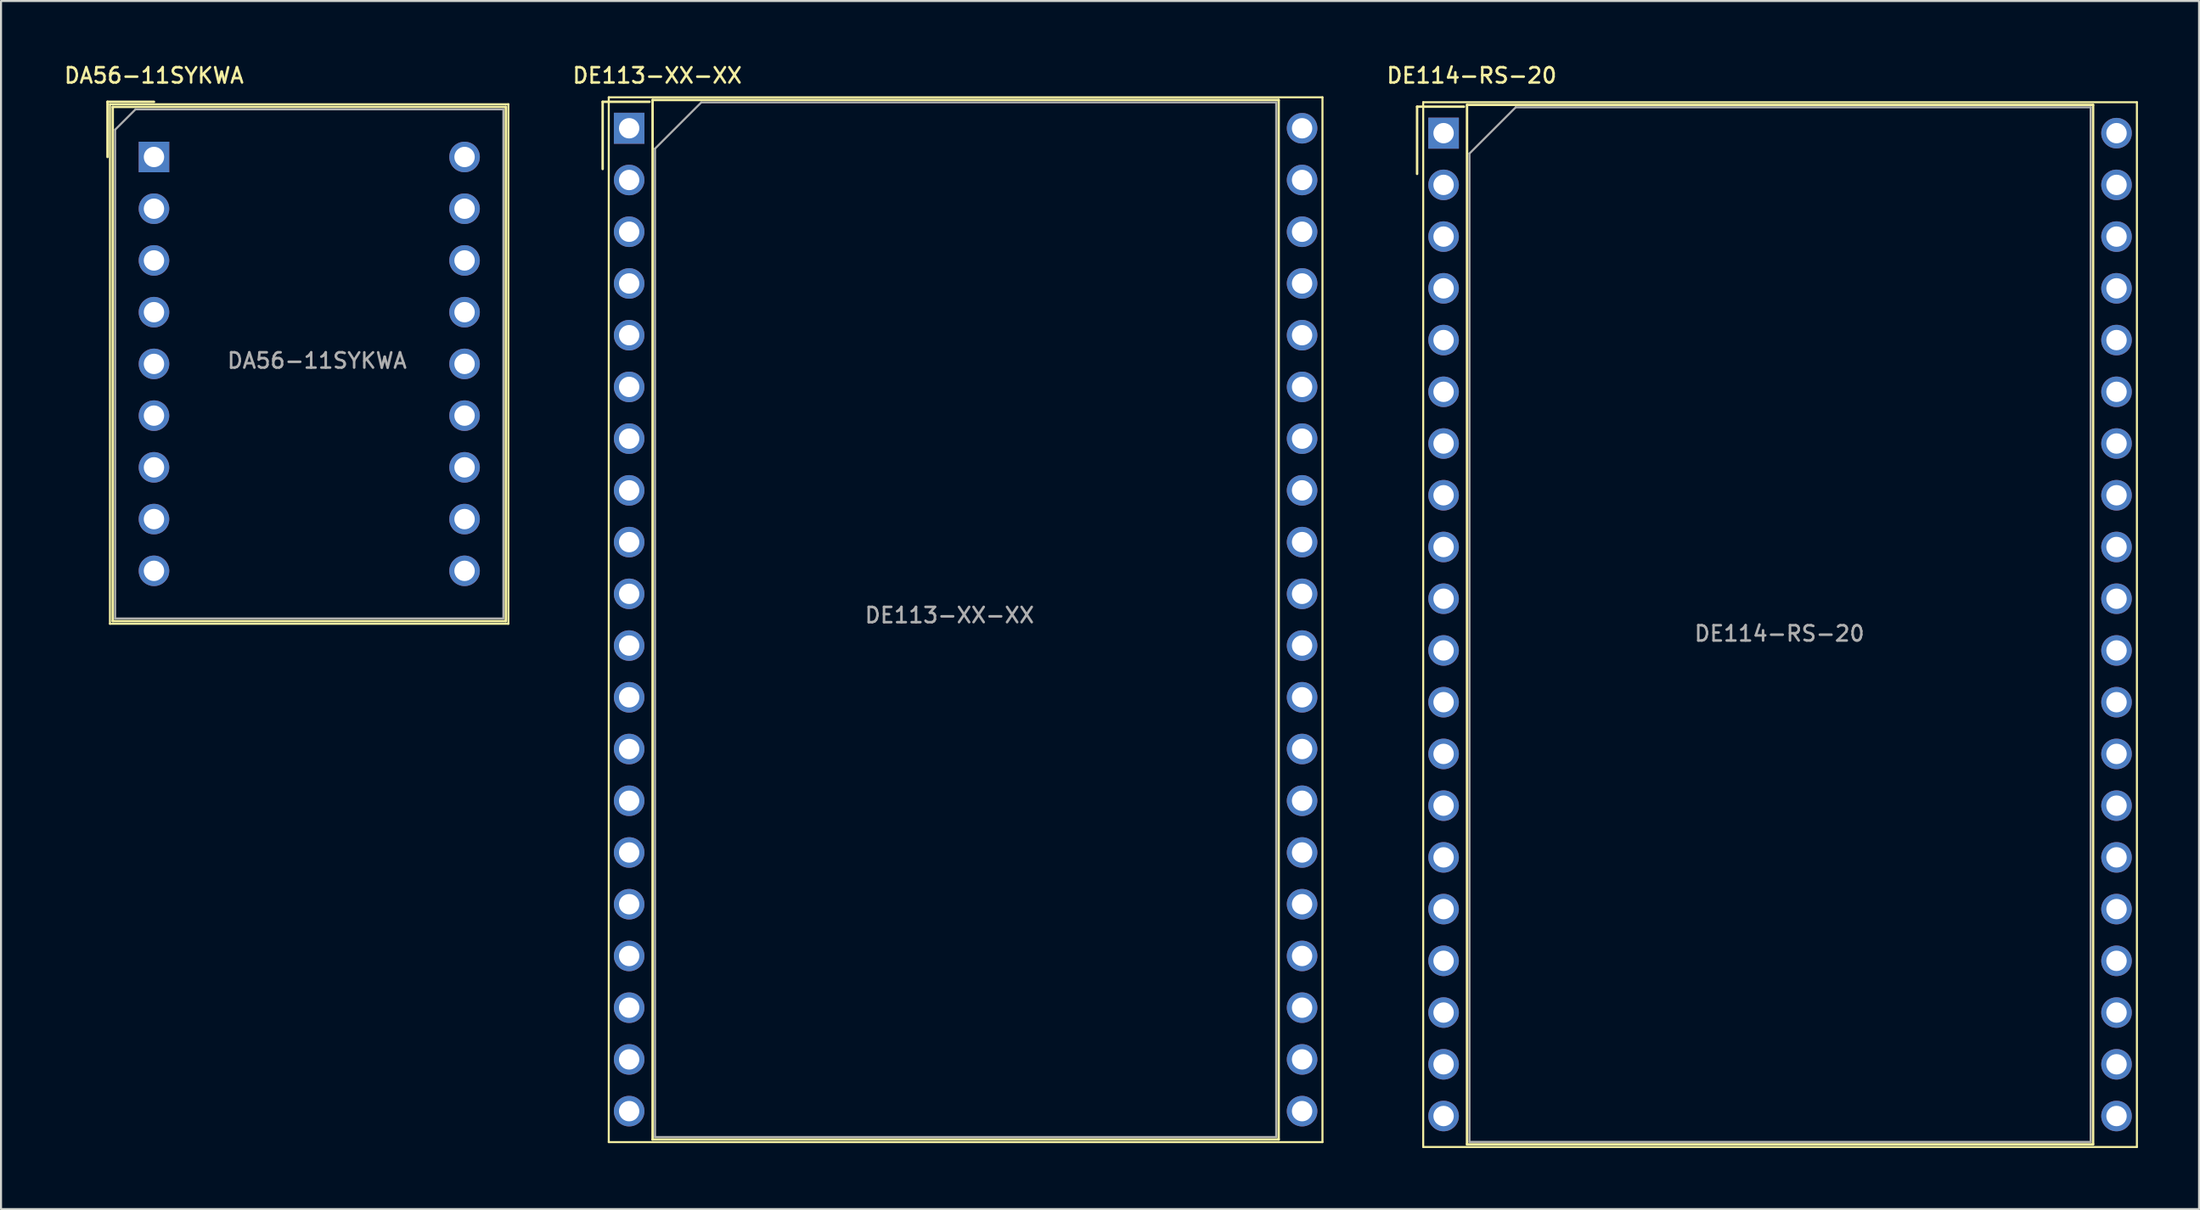
<source format=kicad_pcb>
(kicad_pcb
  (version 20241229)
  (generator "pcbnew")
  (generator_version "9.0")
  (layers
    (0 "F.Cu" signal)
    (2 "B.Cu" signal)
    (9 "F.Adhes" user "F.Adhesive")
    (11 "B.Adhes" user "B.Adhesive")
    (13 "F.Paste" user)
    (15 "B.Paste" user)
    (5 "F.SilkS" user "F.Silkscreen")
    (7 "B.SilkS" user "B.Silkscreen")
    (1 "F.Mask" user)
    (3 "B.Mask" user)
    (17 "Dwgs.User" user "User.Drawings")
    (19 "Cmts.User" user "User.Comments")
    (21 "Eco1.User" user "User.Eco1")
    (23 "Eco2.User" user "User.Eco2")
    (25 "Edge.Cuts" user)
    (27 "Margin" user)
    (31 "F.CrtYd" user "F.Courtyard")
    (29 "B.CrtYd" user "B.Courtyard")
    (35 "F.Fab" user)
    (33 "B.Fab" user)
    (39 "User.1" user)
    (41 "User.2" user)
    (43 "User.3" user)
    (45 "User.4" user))
  (footprint "DA56-11SYKWA"
    (layer "F.Cu")
    (at 4.505 4.658)
    (property "Reference" "DA56-11SYKWA" (at 0 -4 0) (layer "F.SilkS") (effects (font (size 0.75 0.75) (thickness 0.125))))
    (attr through_hole)
    (fp_line (start -2.28 -2.71) (end -2.28 0) (stroke (width 0.12) (type solid)) (layer "F.SilkS"))
    (fp_line (start -2.28 -2.71) (end 0 -2.71) (stroke (width 0.12) (type solid)) (layer "F.SilkS"))
    (fp_line (start -2.16 -2.59) (end 17.39 -2.59) (stroke (width 0.1) (type solid)) (layer "F.SilkS"))
    (fp_line (start -2.16 22.92) (end -2.16 -2.59) (stroke (width 0.1) (type solid)) (layer "F.SilkS"))
    (fp_line (start -2.025 -2.46) (end 17.265 -2.46) (stroke (width 0.12) (type solid)) (layer "F.SilkS"))
    (fp_line (start -2.025 22.79) (end -2.025 -2.46) (stroke (width 0.12) (type solid)) (layer "F.SilkS"))
    (fp_line (start 17.265 -2.46) (end 17.265 22.79) (stroke (width 0.12) (type solid)) (layer "F.SilkS"))
    (fp_line (start 17.265 22.79) (end -2.025 22.79) (stroke (width 0.12) (type solid)) (layer "F.SilkS"))
    (fp_line (start 17.39 -2.59) (end 17.39 22.92) (stroke (width 0.1) (type solid)) (layer "F.SilkS"))
    (fp_line (start 17.39 22.92) (end -2.16 22.92) (stroke (width 0.1) (type solid)) (layer "F.SilkS"))
    (fp_line (start -1.905 -1.34) (end -0.905 -2.34) (stroke (width 0.1) (type solid)) (layer "F.Fab"))
    (fp_line (start -1.905 22.66) (end -1.905 -1.34) (stroke (width 0.1) (type solid)) (layer "F.Fab"))
    (fp_line (start -0.905 -2.34) (end 17.145 -2.34) (stroke (width 0.1) (type solid)) (layer "F.Fab"))
    (fp_line (start 17.145 -2.34) (end 17.145 22.66) (stroke (width 0.1) (type solid)) (layer "F.Fab"))
    (fp_line (start 17.145 22.66) (end -1.905 22.66) (stroke (width 0.1) (type solid)) (layer "F.Fab"))
    (fp_text user "${REFERENCE}" (at 8 10 0) (layer "F.Fab") (effects (font (size 0.75 0.75) (thickness 0.125))))
    (pad "1" thru_hole rect (at 0 0) (size 1.5 1.5) (drill 1) (layers "*.Cu" "*.Mask"))
    (pad "2" thru_hole circle (at 0 2.54) (size 1.5 1.5) (drill 1) (layers "*.Cu" "*.Mask"))
    (pad "3" thru_hole circle (at 0 5.08) (size 1.5 1.5) (drill 1) (layers "*.Cu" "*.Mask"))
    (pad "4" thru_hole circle (at 0 7.62) (size 1.5 1.5) (drill 1) (layers "*.Cu" "*.Mask"))
    (pad "5" thru_hole circle (at 0 10.16) (size 1.5 1.5) (drill 1) (layers "*.Cu" "*.Mask"))
    (pad "6" thru_hole circle (at 0 12.7) (size 1.5 1.5) (drill 1) (layers "*.Cu" "*.Mask"))
    (pad "7" thru_hole circle (at 0 15.24) (size 1.5 1.5) (drill 1) (layers "*.Cu" "*.Mask"))
    (pad "8" thru_hole circle (at 0 17.78) (size 1.5 1.5) (drill 1) (layers "*.Cu" "*.Mask"))
    (pad "9" thru_hole circle (at 0 20.32) (size 1.5 1.5) (drill 1) (layers "*.Cu" "*.Mask"))
    (pad "10" thru_hole circle (at 15.24 20.32) (size 1.5 1.5) (drill 1) (layers "*.Cu" "*.Mask"))
    (pad "11" thru_hole circle (at 15.24 17.78) (size 1.5 1.5) (drill 1) (layers "*.Cu" "*.Mask"))
    (pad "12" thru_hole circle (at 15.24 15.24) (size 1.5 1.5) (drill 1) (layers "*.Cu" "*.Mask"))
    (pad "13" thru_hole circle (at 15.24 12.7) (size 1.5 1.5) (drill 1) (layers "*.Cu" "*.Mask"))
    (pad "14" thru_hole circle (at 15.24 10.16) (size 1.5 1.5) (drill 1) (layers "*.Cu" "*.Mask"))
    (pad "15" thru_hole circle (at 15.24 7.62) (size 1.5 1.5) (drill 1) (layers "*.Cu" "*.Mask"))
    (pad "16" thru_hole circle (at 15.24 5.08) (size 1.5 1.5) (drill 1) (layers "*.Cu" "*.Mask"))
    (pad "17" thru_hole circle (at 15.24 2.54) (size 1.5 1.5) (drill 1) (layers "*.Cu" "*.Mask"))
    (pad "18" thru_hole circle (at 15.24 0) (size 1.5 1.5) (drill 1) (layers "*.Cu" "*.Mask")))
  (footprint "DE114-RS-20"
    (layer "F.Cu")
    (at 67.784 3.488)
    (property "Reference" "DE114-RS-20" (at 1.38 -2.83 0) (layer "F.SilkS") (effects (font (size 0.75 0.75) (thickness 0.125))))
    (attr through_hole)
    (fp_line (start -1.3 -1.3) (end -1.3 2) (stroke (width 0.12) (type solid)) (layer "F.SilkS"))
    (fp_line (start -1.3 -1.3) (end 1 -1.3) (stroke (width 0.12) (type solid)) (layer "F.SilkS"))
    (fp_line (start -1 -1.52) (end 34.02 -1.52) (stroke (width 0.1) (type solid)) (layer "F.SilkS"))
    (fp_line (start -1 49.78) (end -1 -1.52) (stroke (width 0.1) (type solid)) (layer "F.SilkS"))
    (fp_line (start 1.15 -1.39) (end 31.87 -1.39) (stroke (width 0.12) (type solid)) (layer "F.SilkS"))
    (fp_line (start 1.15 49.65) (end 1.15 -1.39) (stroke (width 0.12) (type solid)) (layer "F.SilkS"))
    (fp_line (start 31.87 -1.39) (end 31.87 49.65) (stroke (width 0.12) (type solid)) (layer "F.SilkS"))
    (fp_line (start 31.87 49.65) (end 1.15 49.65) (stroke (width 0.12) (type solid)) (layer "F.SilkS"))
    (fp_line (start 34.02 -1.52) (end 34.02 49.78) (stroke (width 0.1) (type solid)) (layer "F.SilkS"))
    (fp_line (start 34.02 49.78) (end -1 49.78) (stroke (width 0.1) (type solid)) (layer "F.SilkS"))
    (fp_line (start 1.27 1) (end 3.54 -1.27) (stroke (width 0.1) (type solid)) (layer "F.Fab"))
    (fp_line (start 1.27 49.53) (end 1.27 1) (stroke (width 0.1) (type solid)) (layer "F.Fab"))
    (fp_line (start 3.54 -1.27) (end 31.75 -1.27) (stroke (width 0.1) (type solid)) (layer "F.Fab"))
    (fp_line (start 31.75 -1.27) (end 31.75 49.53) (stroke (width 0.1) (type solid)) (layer "F.Fab"))
    (fp_line (start 31.75 49.53) (end 1.27 49.53) (stroke (width 0.1) (type solid)) (layer "F.Fab"))
    (fp_text user "${REFERENCE}" (at 16.48 24.57 0) (layer "F.Fab") (effects (font (size 0.75 0.75) (thickness 0.125))))
    (pad "1" thru_hole rect (at 0 0) (size 1.5 1.524) (drill 1) (layers "*.Cu" "*.Mask"))
    (pad "2" thru_hole circle (at 0 2.54) (size 1.5 1.5) (drill 1) (layers "*.Cu" "*.Mask"))
    (pad "3" thru_hole circle (at 0 5.08) (size 1.5 1.5) (drill 1) (layers "*.Cu" "*.Mask"))
    (pad "4" thru_hole circle (at 0 7.62) (size 1.5 1.5) (drill 1) (layers "*.Cu" "*.Mask"))
    (pad "5" thru_hole circle (at 0 10.16) (size 1.5 1.5) (drill 1) (layers "*.Cu" "*.Mask"))
    (pad "6" thru_hole circle (at 0 12.7) (size 1.5 1.5) (drill 1) (layers "*.Cu" "*.Mask"))
    (pad "7" thru_hole circle (at 0 15.24) (size 1.5 1.5) (drill 1) (layers "*.Cu" "*.Mask"))
    (pad "8" thru_hole circle (at 0 17.78) (size 1.5 1.5) (drill 1) (layers "*.Cu" "*.Mask"))
    (pad "9" thru_hole circle (at 0 20.32) (size 1.5 1.5) (drill 1) (layers "*.Cu" "*.Mask"))
    (pad "10" thru_hole circle (at 0 22.86) (size 1.5 1.5) (drill 1) (layers "*.Cu" "*.Mask"))
    (pad "11" thru_hole circle (at 0 25.4) (size 1.5 1.5) (drill 1) (layers "*.Cu" "*.Mask"))
    (pad "12" thru_hole circle (at 0 27.94) (size 1.5 1.5) (drill 1) (layers "*.Cu" "*.Mask"))
    (pad "13" thru_hole circle (at 0 30.48) (size 1.5 1.5) (drill 1) (layers "*.Cu" "*.Mask"))
    (pad "14" thru_hole circle (at 0 33.02) (size 1.5 1.5) (drill 1) (layers "*.Cu" "*.Mask"))
    (pad "15" thru_hole circle (at 0 35.56) (size 1.5 1.5) (drill 1) (layers "*.Cu" "*.Mask"))
    (pad "16" thru_hole circle (at 0 38.1) (size 1.5 1.5) (drill 1) (layers "*.Cu" "*.Mask"))
    (pad "17" thru_hole circle (at 0 40.64) (size 1.5 1.5) (drill 1) (layers "*.Cu" "*.Mask"))
    (pad "18" thru_hole circle (at 0 43.18) (size 1.5 1.5) (drill 1) (layers "*.Cu" "*.Mask"))
    (pad "19" thru_hole circle (at 0 45.72) (size 1.5 1.5) (drill 1) (layers "*.Cu" "*.Mask"))
    (pad "20" thru_hole circle (at 0 48.26) (size 1.5 1.5) (drill 1) (layers "*.Cu" "*.Mask"))
    (pad "21" thru_hole circle (at 33.02 48.26) (size 1.5 1.5) (drill 1) (layers "*.Cu" "*.Mask"))
    (pad "22" thru_hole circle (at 33.02 45.72) (size 1.5 1.5) (drill 1) (layers "*.Cu" "*.Mask"))
    (pad "23" thru_hole circle (at 33.02 43.18) (size 1.5 1.5) (drill 1) (layers "*.Cu" "*.Mask"))
    (pad "24" thru_hole circle (at 33.02 40.64) (size 1.5 1.5) (drill 1) (layers "*.Cu" "*.Mask"))
    (pad "25" thru_hole circle (at 33.02 38.1) (size 1.5 1.5) (drill 1) (layers "*.Cu" "*.Mask"))
    (pad "26" thru_hole circle (at 33.02 35.56) (size 1.5 1.5) (drill 1) (layers "*.Cu" "*.Mask"))
    (pad "27" thru_hole circle (at 33.02 33.02) (size 1.5 1.5) (drill 1) (layers "*.Cu" "*.Mask"))
    (pad "28" thru_hole circle (at 33.02 30.48) (size 1.5 1.5) (drill 1) (layers "*.Cu" "*.Mask"))
    (pad "29" thru_hole circle (at 33.02 27.94) (size 1.5 1.5) (drill 1) (layers "*.Cu" "*.Mask"))
    (pad "30" thru_hole circle (at 33.02 25.4) (size 1.5 1.5) (drill 1) (layers "*.Cu" "*.Mask"))
    (pad "31" thru_hole circle (at 33.02 22.86) (size 1.5 1.5) (drill 1) (layers "*.Cu" "*.Mask"))
    (pad "32" thru_hole circle (at 33.02 20.32) (size 1.5 1.5) (drill 1) (layers "*.Cu" "*.Mask"))
    (pad "33" thru_hole circle (at 33.02 17.78) (size 1.5 1.5) (drill 1) (layers "*.Cu" "*.Mask"))
    (pad "34" thru_hole circle (at 33.02 15.24) (size 1.5 1.5) (drill 1) (layers "*.Cu" "*.Mask"))
    (pad "35" thru_hole circle (at 33.02 12.7) (size 1.5 1.5) (drill 1) (layers "*.Cu" "*.Mask"))
    (pad "36" thru_hole circle (at 33.02 10.16) (size 1.5 1.5) (drill 1) (layers "*.Cu" "*.Mask"))
    (pad "37" thru_hole circle (at 33.02 7.62) (size 1.5 1.5) (drill 1) (layers "*.Cu" "*.Mask"))
    (pad "38" thru_hole circle (at 33.02 5.08) (size 1.5 1.5) (drill 1) (layers "*.Cu" "*.Mask"))
    (pad "39" thru_hole circle (at 33.02 2.54) (size 1.5 1.5) (drill 1) (layers "*.Cu" "*.Mask"))
    (pad "40" thru_hole circle (at 33.02 0) (size 1.5 1.5) (drill 1) (layers "*.Cu" "*.Mask")))
  (footprint "DE113-XX-XX"
    (layer "F.Cu")
    (at 27.821 3.248)
    (property "Reference" "DE113-XX-XX" (at 1.38 -2.59 0) (layer "F.SilkS") (effects (font (size 0.75 0.75) (thickness 0.125))))
    (attr through_hole)
    (fp_line (start -1.3 -1.3) (end -1.3 2) (stroke (width 0.12) (type solid)) (layer "F.SilkS"))
    (fp_line (start -1.3 -1.3) (end 1 -1.3) (stroke (width 0.12) (type solid)) (layer "F.SilkS"))
    (fp_line (start -1 -1.52) (end 34.02 -1.52) (stroke (width 0.1) (type solid)) (layer "F.SilkS"))
    (fp_line (start -1 49.78) (end -1 -1.52) (stroke (width 0.1) (type solid)) (layer "F.SilkS"))
    (fp_line (start 1.15 -1.39) (end 31.87 -1.39) (stroke (width 0.12) (type solid)) (layer "F.SilkS"))
    (fp_line (start 1.15 49.65) (end 1.15 -1.39) (stroke (width 0.12) (type solid)) (layer "F.SilkS"))
    (fp_line (start 31.87 -1.39) (end 31.87 49.65) (stroke (width 0.12) (type solid)) (layer "F.SilkS"))
    (fp_line (start 31.87 49.65) (end 1.15 49.65) (stroke (width 0.12) (type solid)) (layer "F.SilkS"))
    (fp_line (start 34.02 -1.52) (end 34.02 49.78) (stroke (width 0.1) (type solid)) (layer "F.SilkS"))
    (fp_line (start 34.02 49.78) (end -1 49.78) (stroke (width 0.1) (type solid)) (layer "F.SilkS"))
    (fp_line (start 1.27 1) (end 3.54 -1.27) (stroke (width 0.1) (type solid)) (layer "F.Fab"))
    (fp_line (start 1.27 49.53) (end 1.27 1) (stroke (width 0.1) (type solid)) (layer "F.Fab"))
    (fp_line (start 3.54 -1.27) (end 31.75 -1.27) (stroke (width 0.1) (type solid)) (layer "F.Fab"))
    (fp_line (start 31.75 -1.27) (end 31.75 49.53) (stroke (width 0.1) (type solid)) (layer "F.Fab"))
    (fp_line (start 31.75 49.53) (end 1.27 49.53) (stroke (width 0.1) (type solid)) (layer "F.Fab"))
    (fp_text user "${REFERENCE}" (at 15.72 23.91 0) (layer "F.Fab") (effects (font (size 0.75 0.75) (thickness 0.125))))
    (pad "1" thru_hole rect (at 0 0) (size 1.5 1.524) (drill 1) (layers "*.Cu" "*.Mask"))
    (pad "2" thru_hole circle (at 0 2.54) (size 1.5 1.5) (drill 1) (layers "*.Cu" "*.Mask"))
    (pad "3" thru_hole circle (at 0 5.08) (size 1.5 1.5) (drill 1) (layers "*.Cu" "*.Mask"))
    (pad "4" thru_hole circle (at 0 7.62) (size 1.5 1.5) (drill 1) (layers "*.Cu" "*.Mask"))
    (pad "5" thru_hole circle (at 0 10.16) (size 1.5 1.5) (drill 1) (layers "*.Cu" "*.Mask"))
    (pad "6" thru_hole circle (at 0 12.7) (size 1.5 1.5) (drill 1) (layers "*.Cu" "*.Mask"))
    (pad "7" thru_hole circle (at 0 15.24) (size 1.5 1.5) (drill 1) (layers "*.Cu" "*.Mask"))
    (pad "8" thru_hole circle (at 0 17.78) (size 1.5 1.5) (drill 1) (layers "*.Cu" "*.Mask"))
    (pad "9" thru_hole circle (at 0 20.32) (size 1.5 1.5) (drill 1) (layers "*.Cu" "*.Mask"))
    (pad "10" thru_hole circle (at 0 22.86) (size 1.5 1.5) (drill 1) (layers "*.Cu" "*.Mask"))
    (pad "11" thru_hole circle (at 0 25.4) (size 1.5 1.5) (drill 1) (layers "*.Cu" "*.Mask"))
    (pad "12" thru_hole circle (at 0 27.94) (size 1.5 1.5) (drill 1) (layers "*.Cu" "*.Mask"))
    (pad "13" thru_hole circle (at 0 30.48) (size 1.5 1.5) (drill 1) (layers "*.Cu" "*.Mask"))
    (pad "14" thru_hole circle (at 0 33.02) (size 1.5 1.5) (drill 1) (layers "*.Cu" "*.Mask"))
    (pad "15" thru_hole circle (at 0 35.56) (size 1.5 1.5) (drill 1) (layers "*.Cu" "*.Mask"))
    (pad "16" thru_hole circle (at 0 38.1) (size 1.5 1.5) (drill 1) (layers "*.Cu" "*.Mask"))
    (pad "17" thru_hole circle (at 0 40.64) (size 1.5 1.5) (drill 1) (layers "*.Cu" "*.Mask"))
    (pad "18" thru_hole circle (at 0 43.18) (size 1.5 1.5) (drill 1) (layers "*.Cu" "*.Mask"))
    (pad "19" thru_hole circle (at 0 45.72) (size 1.5 1.5) (drill 1) (layers "*.Cu" "*.Mask"))
    (pad "20" thru_hole circle (at 0 48.26) (size 1.5 1.5) (drill 1) (layers "*.Cu" "*.Mask"))
    (pad "21" thru_hole circle (at 33.02 48.26) (size 1.5 1.5) (drill 1) (layers "*.Cu" "*.Mask"))
    (pad "22" thru_hole circle (at 33.02 45.72) (size 1.5 1.5) (drill 1) (layers "*.Cu" "*.Mask"))
    (pad "23" thru_hole circle (at 33.02 43.18) (size 1.5 1.5) (drill 1) (layers "*.Cu" "*.Mask"))
    (pad "24" thru_hole circle (at 33.02 40.64) (size 1.5 1.5) (drill 1) (layers "*.Cu" "*.Mask"))
    (pad "25" thru_hole circle (at 33.02 38.1) (size 1.5 1.5) (drill 1) (layers "*.Cu" "*.Mask"))
    (pad "26" thru_hole circle (at 33.02 35.56) (size 1.5 1.5) (drill 1) (layers "*.Cu" "*.Mask"))
    (pad "27" thru_hole circle (at 33.02 33.02) (size 1.5 1.5) (drill 1) (layers "*.Cu" "*.Mask"))
    (pad "28" thru_hole circle (at 33.02 30.48) (size 1.5 1.5) (drill 1) (layers "*.Cu" "*.Mask"))
    (pad "29" thru_hole circle (at 33.02 27.94) (size 1.5 1.5) (drill 1) (layers "*.Cu" "*.Mask"))
    (pad "30" thru_hole circle (at 33.02 25.4) (size 1.5 1.5) (drill 1) (layers "*.Cu" "*.Mask"))
    (pad "31" thru_hole circle (at 33.02 22.86) (size 1.5 1.5) (drill 1) (layers "*.Cu" "*.Mask"))
    (pad "32" thru_hole circle (at 33.02 20.32) (size 1.5 1.5) (drill 1) (layers "*.Cu" "*.Mask"))
    (pad "33" thru_hole circle (at 33.02 17.78) (size 1.5 1.5) (drill 1) (layers "*.Cu" "*.Mask"))
    (pad "34" thru_hole circle (at 33.02 15.24) (size 1.5 1.5) (drill 1) (layers "*.Cu" "*.Mask"))
    (pad "35" thru_hole circle (at 33.02 12.7) (size 1.5 1.5) (drill 1) (layers "*.Cu" "*.Mask"))
    (pad "36" thru_hole circle (at 33.02 10.16) (size 1.5 1.5) (drill 1) (layers "*.Cu" "*.Mask"))
    (pad "37" thru_hole circle (at 33.02 7.62) (size 1.5 1.5) (drill 1) (layers "*.Cu" "*.Mask"))
    (pad "38" thru_hole circle (at 33.02 5.08) (size 1.5 1.5) (drill 1) (layers "*.Cu" "*.Mask"))
    (pad "39" thru_hole circle (at 33.02 2.54) (size 1.5 1.5) (drill 1) (layers "*.Cu" "*.Mask"))
    (pad "40" thru_hole circle (at 33.02 0) (size 1.5 1.5) (drill 1) (layers "*.Cu" "*.Mask")))
  (gr_rect
    (start -3 -3)
    (end 104.854 56.318)
    (stroke (width 0.1) (type default))
    (fill no)
    (layer "Edge.Cuts")))
</source>
